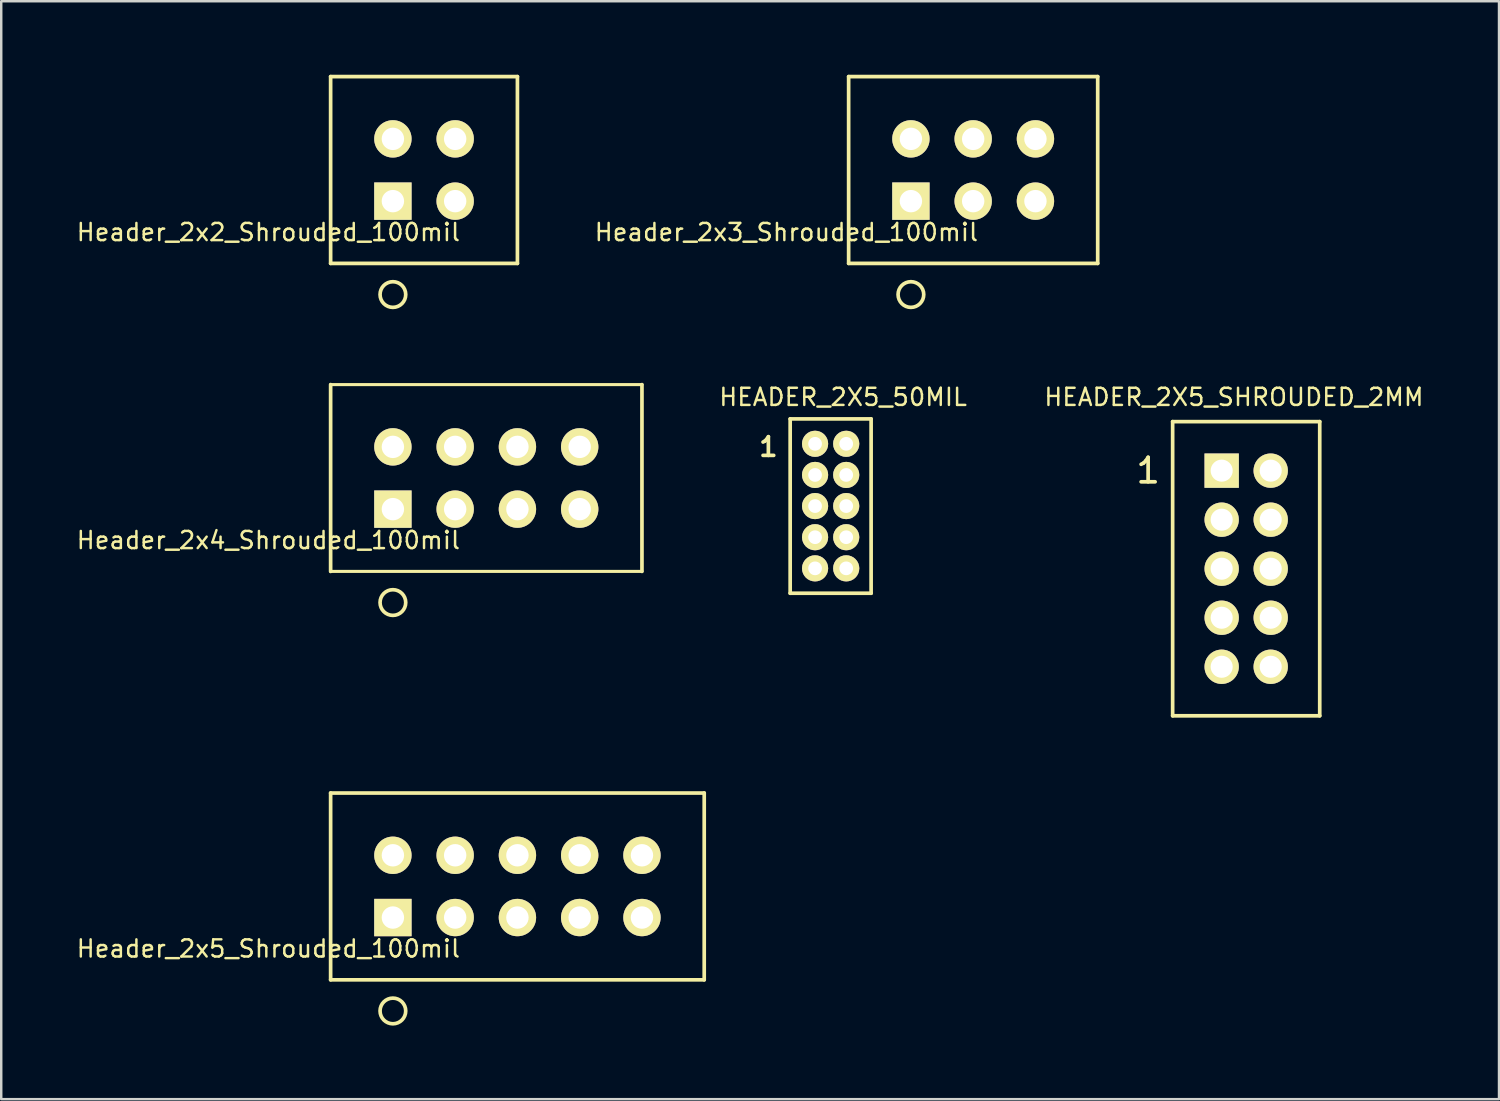
<source format=kicad_pcb>
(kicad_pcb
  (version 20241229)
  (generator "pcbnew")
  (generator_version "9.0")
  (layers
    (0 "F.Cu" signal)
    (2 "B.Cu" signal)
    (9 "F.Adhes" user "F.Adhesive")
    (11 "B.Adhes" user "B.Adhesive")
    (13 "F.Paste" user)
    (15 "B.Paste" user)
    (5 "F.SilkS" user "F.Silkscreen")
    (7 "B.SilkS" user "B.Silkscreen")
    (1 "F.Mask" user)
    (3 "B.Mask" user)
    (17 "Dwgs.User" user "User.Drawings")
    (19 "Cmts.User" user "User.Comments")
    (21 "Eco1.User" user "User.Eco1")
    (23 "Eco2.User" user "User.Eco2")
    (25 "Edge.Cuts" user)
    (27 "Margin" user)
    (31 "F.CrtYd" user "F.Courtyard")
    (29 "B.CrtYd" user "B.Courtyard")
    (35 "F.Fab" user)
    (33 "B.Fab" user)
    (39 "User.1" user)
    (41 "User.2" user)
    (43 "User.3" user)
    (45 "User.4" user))
  (footprint "Header_2x5_Shrouded_100mil"
    (layer "F.Cu")
    (at 12.977 34.379)
    (property "Reference" "Header_2x5_Shrouded_100mil" (at -5.08 1.27 0) (layer "F.SilkS") (effects (font (size 0.7 0.7) (thickness 0.1))))
    (attr through_hole)
    (fp_line (start -2.54 -5.08) (end -2.54 2.54) (stroke (width 0.15) (type solid)) (layer "F.SilkS"))
    (fp_line (start -2.54 2.54) (end 12.7 2.54) (stroke (width 0.15) (type solid)) (layer "F.SilkS"))
    (fp_line (start 12.7 -5.08) (end -2.54 -5.08) (stroke (width 0.15) (type solid)) (layer "F.SilkS"))
    (fp_line (start 12.7 -5.08) (end 12.7 2.54) (stroke (width 0.15) (type solid)) (layer "F.SilkS"))
    (fp_circle (center 0 3.81) (end 0.508 3.937) (stroke (width 0.15) (type solid)) (fill no) (layer "F.SilkS"))
    (pad "1" thru_hole rect (at 0 0) (size 1.524 1.524) (drill 0.914) (layers "*.Cu" "*.Mask" "F.SilkS"))
    (pad "2" thru_hole circle (at 0 -2.54) (size 1.524 1.524) (drill 0.914) (layers "*.Cu" "*.Mask" "F.SilkS"))
    (pad "3" thru_hole circle (at 2.54 0) (size 1.524 1.524) (drill 0.914) (layers "*.Cu" "*.Mask" "F.SilkS"))
    (pad "4" thru_hole circle (at 2.54 -2.54) (size 1.524 1.524) (drill 0.914) (layers "*.Cu" "*.Mask" "F.SilkS"))
    (pad "5" thru_hole circle (at 5.08 0) (size 1.524 1.524) (drill 0.914) (layers "*.Cu" "*.Mask" "F.SilkS"))
    (pad "6" thru_hole circle (at 5.08 -2.54) (size 1.524 1.524) (drill 0.914) (layers "*.Cu" "*.Mask" "F.SilkS"))
    (pad "7" thru_hole circle (at 7.62 0) (size 1.524 1.524) (drill 0.914) (layers "*.Cu" "*.Mask" "F.SilkS"))
    (pad "8" thru_hole circle (at 7.62 -2.54) (size 1.524 1.524) (drill 0.914) (layers "*.Cu" "*.Mask" "F.SilkS"))
    (pad "9" thru_hole circle (at 10.16 0) (size 1.524 1.524) (drill 0.914) (layers "*.Cu" "*.Mask" "F.SilkS"))
    (pad "10" thru_hole circle (at 10.16 -2.54) (size 1.524 1.524) (drill 0.914) (layers "*.Cu" "*.Mask" "F.SilkS")))
  (footprint "HEADER_2X5_50MIL"
    (layer "F.Cu")
    (at 30.199 15.054)
    (property "Reference" "HEADER_2X5_50MIL" (at 1.143 -1.905 0) (layer "F.SilkS") (effects (font (size 0.7 0.7) (thickness 0.1))))
    (attr through_hole)
    (fp_line (start -1.016 -1.016) (end -1.016 6.096) (stroke (width 0.15) (type solid)) (layer "F.SilkS"))
    (fp_line (start -1.016 6.096) (end 2.286 6.096) (stroke (width 0.15) (type solid)) (layer "F.SilkS"))
    (fp_line (start 2.286 -1.016) (end -1.016 -1.016) (stroke (width 0.15) (type solid)) (layer "F.SilkS"))
    (fp_line (start 2.286 6.096) (end 2.286 -1.016) (stroke (width 0.15) (type solid)) (layer "F.SilkS"))
    (fp_text user "1" (at -1.905 0.127 0) (layer "F.SilkS") (effects (font (size 0.762 0.762) (thickness 0.15))))
    (pad "1" thru_hole circle (at 0 0) (size 1.067 1.067) (drill 0.559) (layers "*.Cu" "*.Mask" "F.SilkS"))
    (pad "2" thru_hole circle (at 1.27 0) (size 1.067 1.067) (drill 0.559) (layers "*.Cu" "*.Mask" "F.SilkS"))
    (pad "3" thru_hole circle (at 0 1.27) (size 1.067 1.067) (drill 0.559) (layers "*.Cu" "*.Mask" "F.SilkS"))
    (pad "4" thru_hole circle (at 1.27 1.27) (size 1.067 1.067) (drill 0.559) (layers "*.Cu" "*.Mask" "F.SilkS"))
    (pad "5" thru_hole circle (at 0 2.54) (size 1.067 1.067) (drill 0.559) (layers "*.Cu" "*.Mask" "F.SilkS"))
    (pad "6" thru_hole circle (at 1.27 2.54) (size 1.067 1.067) (drill 0.559) (layers "*.Cu" "*.Mask" "F.SilkS"))
    (pad "7" thru_hole circle (at 0 3.81) (size 1.067 1.067) (drill 0.559) (layers "*.Cu" "*.Mask" "F.SilkS"))
    (pad "8" thru_hole circle (at 1.27 3.81) (size 1.067 1.067) (drill 0.559) (layers "*.Cu" "*.Mask" "F.SilkS"))
    (pad "9" thru_hole circle (at 0 5.08) (size 1.067 1.067) (drill 0.559) (layers "*.Cu" "*.Mask" "F.SilkS"))
    (pad "10" thru_hole circle (at 1.27 5.08) (size 1.067 1.067) (drill 0.559) (layers "*.Cu" "*.Mask" "F.SilkS")))
  (footprint "Header_2x2_Shrouded_100mil"
    (layer "F.Cu")
    (at 12.977 5.155)
    (property "Reference" "Header_2x2_Shrouded_100mil" (at -5.08 1.27 0) (layer "F.SilkS") (effects (font (size 0.7 0.7) (thickness 0.1))))
    (attr through_hole)
    (fp_line (start -2.54 -5.08) (end -2.54 2.54) (stroke (width 0.15) (type solid)) (layer "F.SilkS"))
    (fp_line (start -2.54 2.54) (end 5.08 2.54) (stroke (width 0.15) (type solid)) (layer "F.SilkS"))
    (fp_line (start 5.08 -5.08) (end -2.54 -5.08) (stroke (width 0.15) (type solid)) (layer "F.SilkS"))
    (fp_line (start 5.08 -5.08) (end 5.08 2.54) (stroke (width 0.15) (type solid)) (layer "F.SilkS"))
    (fp_circle (center 0 3.81) (end 0.508 3.937) (stroke (width 0.15) (type solid)) (fill no) (layer "F.SilkS"))
    (pad "1" thru_hole rect (at 0 0) (size 1.524 1.524) (drill 0.914) (layers "*.Cu" "*.Mask" "F.SilkS"))
    (pad "2" thru_hole circle (at 0 -2.54) (size 1.524 1.524) (drill 0.914) (layers "*.Cu" "*.Mask" "F.SilkS"))
    (pad "3" thru_hole circle (at 2.54 0) (size 1.524 1.524) (drill 0.914) (layers "*.Cu" "*.Mask" "F.SilkS"))
    (pad "4" thru_hole circle (at 2.54 -2.54) (size 1.524 1.524) (drill 0.914) (layers "*.Cu" "*.Mask" "F.SilkS")))
  (footprint "Header_2x4_Shrouded_100mil"
    (layer "F.Cu")
    (at 12.977 17.719)
    (property "Reference" "Header_2x4_Shrouded_100mil" (at -5.08 1.27 0) (layer "F.SilkS") (effects (font (size 0.7 0.7) (thickness 0.1))))
    (attr through_hole)
    (fp_line (start -2.54 -5.08) (end -2.54 2.54) (stroke (width 0.15) (type solid)) (layer "F.SilkS"))
    (fp_line (start 10.16 -5.08) (end -2.54 -5.08) (stroke (width 0.127) (type solid)) (layer "F.SilkS"))
    (fp_line (start 10.16 -5.08) (end 10.16 2.54) (stroke (width 0.15) (type solid)) (layer "F.SilkS"))
    (fp_line (start 10.16 2.54) (end -2.54 2.54) (stroke (width 0.127) (type solid)) (layer "F.SilkS"))
    (fp_circle (center 0 3.81) (end 0.508 3.937) (stroke (width 0.15) (type solid)) (fill no) (layer "F.SilkS"))
    (pad "1" thru_hole rect (at 0 0) (size 1.524 1.524) (drill 0.914) (layers "*.Cu" "*.Mask" "F.SilkS"))
    (pad "2" thru_hole circle (at 0 -2.54) (size 1.524 1.524) (drill 0.914) (layers "*.Cu" "*.Mask" "F.SilkS"))
    (pad "3" thru_hole circle (at 2.54 0) (size 1.524 1.524) (drill 0.914) (layers "*.Cu" "*.Mask" "F.SilkS"))
    (pad "4" thru_hole circle (at 2.54 -2.54) (size 1.524 1.524) (drill 0.914) (layers "*.Cu" "*.Mask" "F.SilkS"))
    (pad "5" thru_hole circle (at 5.08 0) (size 1.524 1.524) (drill 0.914) (layers "*.Cu" "*.Mask" "F.SilkS"))
    (pad "6" thru_hole circle (at 5.08 -2.54) (size 1.524 1.524) (drill 0.914) (layers "*.Cu" "*.Mask" "F.SilkS"))
    (pad "7" thru_hole circle (at 7.62 0) (size 1.524 1.524) (drill 0.914) (layers "*.Cu" "*.Mask" "F.SilkS"))
    (pad "8" thru_hole circle (at 7.62 -2.54) (size 1.524 1.524) (drill 0.914) (layers "*.Cu" "*.Mask" "F.SilkS")))
  (footprint "Header_2x3_Shrouded_100mil"
    (layer "F.Cu")
    (at 34.108 5.155)
    (property "Reference" "Header_2x3_Shrouded_100mil" (at -5.08 1.27 0) (layer "F.SilkS") (effects (font (size 0.7 0.7) (thickness 0.1))))
    (attr through_hole)
    (fp_line (start -2.54 -5.08) (end -2.54 2.54) (stroke (width 0.15) (type solid)) (layer "F.SilkS"))
    (fp_line (start -2.54 -5.08) (end 7.62 -5.08) (stroke (width 0.15) (type solid)) (layer "F.SilkS"))
    (fp_line (start 7.62 -5.08) (end 7.62 2.54) (stroke (width 0.15) (type solid)) (layer "F.SilkS"))
    (fp_line (start 7.62 2.54) (end -2.54 2.54) (stroke (width 0.15) (type solid)) (layer "F.SilkS"))
    (fp_circle (center 0 3.81) (end 0.508 3.937) (stroke (width 0.15) (type solid)) (fill no) (layer "F.SilkS"))
    (pad "1" thru_hole rect (at 0 0) (size 1.524 1.524) (drill 0.914) (layers "*.Cu" "*.Mask" "F.SilkS"))
    (pad "2" thru_hole circle (at 0 -2.54) (size 1.524 1.524) (drill 0.914) (layers "*.Cu" "*.Mask" "F.SilkS"))
    (pad "3" thru_hole circle (at 2.54 0) (size 1.524 1.524) (drill 0.914) (layers "*.Cu" "*.Mask" "F.SilkS"))
    (pad "4" thru_hole circle (at 2.54 -2.54) (size 1.524 1.524) (drill 0.914) (layers "*.Cu" "*.Mask" "F.SilkS"))
    (pad "5" thru_hole circle (at 5.08 0) (size 1.524 1.524) (drill 0.914) (layers "*.Cu" "*.Mask" "F.SilkS"))
    (pad "6" thru_hole circle (at 5.08 -2.54) (size 1.524 1.524) (drill 0.914) (layers "*.Cu" "*.Mask" "F.SilkS")))
  (footprint "HEADER_2X5_SHROUDED_2MM"
    (layer "F.Cu")
    (at 46.785 16.149)
    (property "Reference" "HEADER_2X5_SHROUDED_2MM" (at 0.5 -3 0) (layer "F.SilkS") (effects (font (size 0.7 0.7) (thickness 0.1))))
    (attr through_hole)
    (fp_line (start -2 -2) (end -2 10) (stroke (width 0.15) (type solid)) (layer "F.SilkS"))
    (fp_line (start -2 -2) (end 4 -2) (stroke (width 0.15) (type solid)) (layer "F.SilkS"))
    (fp_line (start 4 10) (end -2 10) (stroke (width 0.15) (type solid)) (layer "F.SilkS"))
    (fp_line (start 4 10) (end 4 -2) (stroke (width 0.15) (type solid)) (layer "F.SilkS"))
    (fp_text user "1" (at -3 0 0) (layer "F.SilkS") (effects (font (size 1 1) (thickness 0.15))))
    (pad "1" thru_hole rect (at 0 0) (size 1.4 1.4) (drill 0.9) (layers "*.Cu" "*.Mask" "F.SilkS"))
    (pad "2" thru_hole circle (at 2 0) (size 1.4 1.4) (drill 0.9) (layers "*.Cu" "*.Mask" "F.SilkS"))
    (pad "3" thru_hole circle (at 0 2) (size 1.4 1.4) (drill 0.9) (layers "*.Cu" "*.Mask" "F.SilkS"))
    (pad "4" thru_hole circle (at 2 2) (size 1.4 1.4) (drill 0.9) (layers "*.Cu" "*.Mask" "F.SilkS"))
    (pad "5" thru_hole circle (at 0 4) (size 1.4 1.4) (drill 0.9) (layers "*.Cu" "*.Mask" "F.SilkS"))
    (pad "6" thru_hole circle (at 2 4) (size 1.4 1.4) (drill 0.9) (layers "*.Cu" "*.Mask" "F.SilkS"))
    (pad "7" thru_hole circle (at 0 6) (size 1.4 1.4) (drill 0.9) (layers "*.Cu" "*.Mask" "F.SilkS"))
    (pad "8" thru_hole circle (at 2 6) (size 1.4 1.4) (drill 0.9) (layers "*.Cu" "*.Mask" "F.SilkS"))
    (pad "9" thru_hole circle (at 0 8) (size 1.4 1.4) (drill 0.9) (layers "*.Cu" "*.Mask" "F.SilkS"))
    (pad "10" thru_hole circle (at 2 8) (size 1.4 1.4) (drill 0.9) (layers "*.Cu" "*.Mask" "F.SilkS")))
  (gr_rect
    (start -3 -3)
    (end 58.098 41.787)
    (stroke (width 0.1) (type default))
    (fill no)
    (layer "Edge.Cuts")))
</source>
